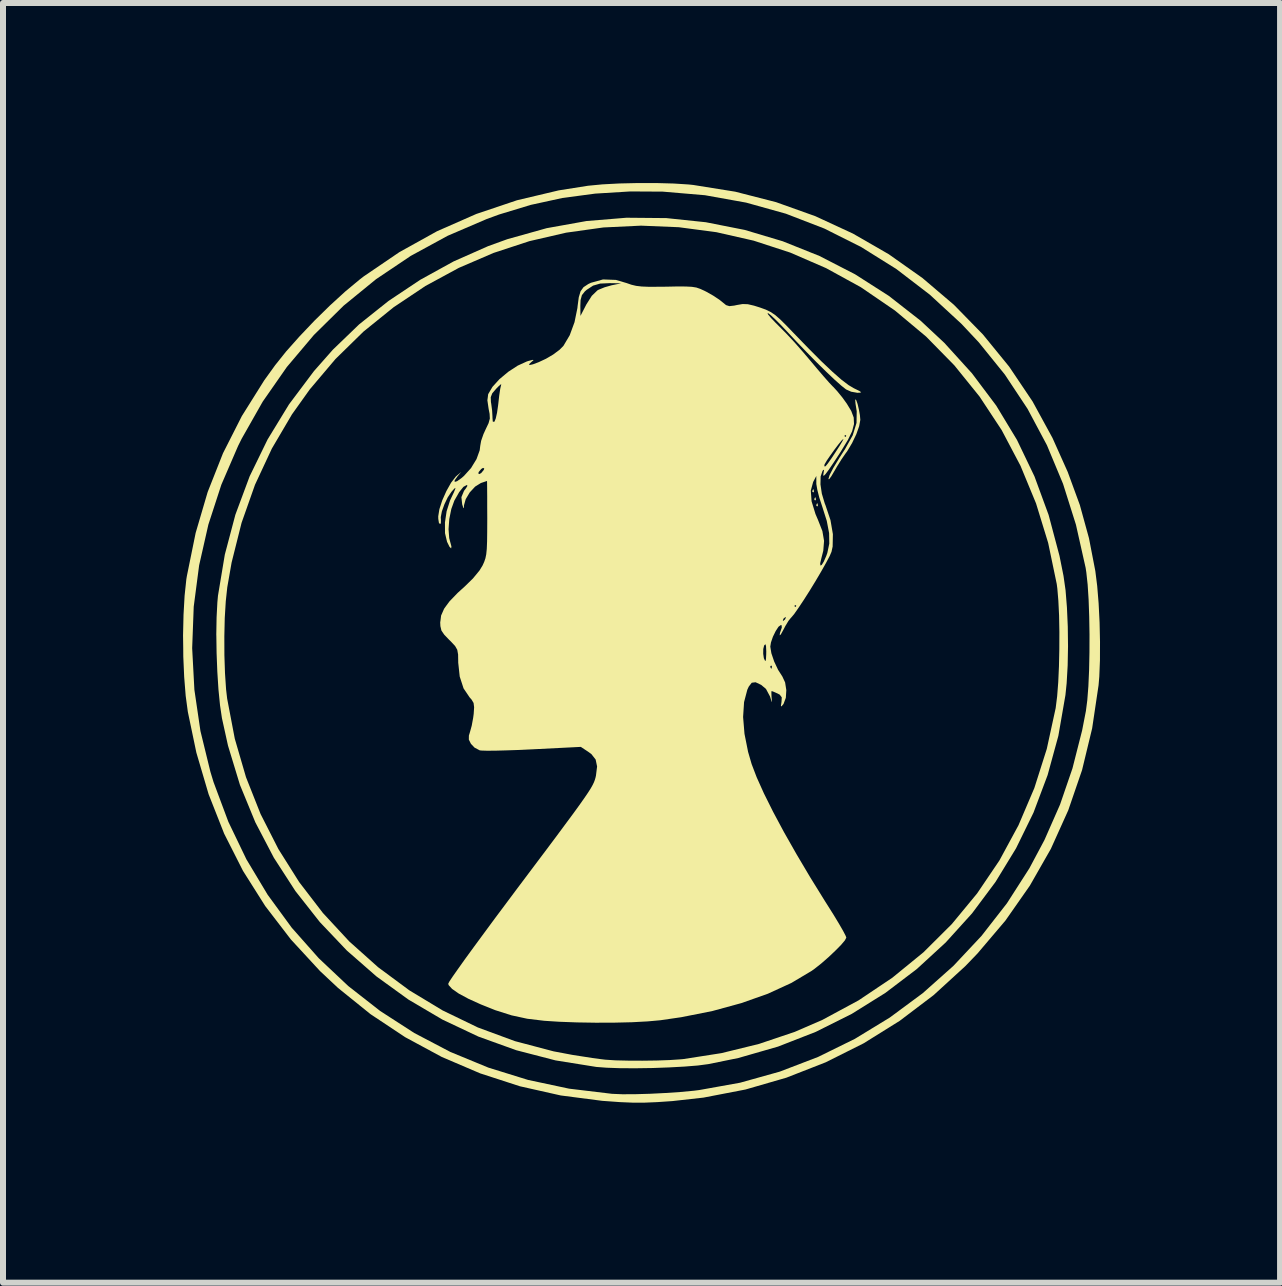
<source format=kicad_pcb>
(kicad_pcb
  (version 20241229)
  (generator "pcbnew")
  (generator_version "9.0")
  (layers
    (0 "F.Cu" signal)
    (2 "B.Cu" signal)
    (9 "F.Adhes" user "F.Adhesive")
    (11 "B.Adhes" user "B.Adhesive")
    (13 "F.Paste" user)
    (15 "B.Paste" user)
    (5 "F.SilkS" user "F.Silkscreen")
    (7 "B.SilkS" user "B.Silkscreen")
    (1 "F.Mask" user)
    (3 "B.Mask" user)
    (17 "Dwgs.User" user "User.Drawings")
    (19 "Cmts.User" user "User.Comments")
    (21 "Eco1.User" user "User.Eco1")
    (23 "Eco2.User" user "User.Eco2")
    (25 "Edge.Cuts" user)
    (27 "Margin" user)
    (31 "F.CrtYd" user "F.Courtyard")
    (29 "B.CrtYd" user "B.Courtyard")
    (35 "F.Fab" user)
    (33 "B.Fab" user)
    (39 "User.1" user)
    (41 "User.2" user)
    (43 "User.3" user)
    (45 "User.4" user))
  (footprint "bt"
    (layer "F.Cu")
    (at 7.652 7.664)
    (property "Reference" "bt" (at 0 0 0) (layer "F.SilkS") (effects (font (size 1.5 1.5) (thickness 0.3))))
    (attr board_only exclude_from_pos_files exclude_from_bom)
    (fp_poly (pts (xy 2.856 -2.556) (xy 2.86 -2.516) (xy 2.856 -2.511) (xy 2.836 -2.516) (xy 2.833 -2.533) (xy 2.846 -2.561)) (stroke (width 0) (type solid)) (fill yes) (layer "F.SilkS"))
    (fp_poly (pts (xy 2.889 -2.422) (xy 2.893 -2.383) (xy 2.889 -2.378) (xy 2.869 -2.382) (xy 2.867 -2.4) (xy 2.879 -2.427)) (stroke (width 0) (type solid)) (fill yes) (layer "F.SilkS"))
    (fp_poly (pts (xy 2.922 -2.322) (xy 2.926 -2.283) (xy 2.922 -2.278) (xy 2.902 -2.282) (xy 2.9 -2.3) (xy 2.912 -2.327)) (stroke (width 0) (type solid)) (fill yes) (layer "F.SilkS"))
    (fp_poly (pts (xy 3.566 -4.044) (xy 3.588 -3.981) (xy 3.609 -3.892) (xy 3.626 -3.799) (xy 3.633 -3.72) (xy 3.633 -3.717) (xy 3.614 -3.613) (xy 3.566 -3.478) (xy 3.496 -3.332) (xy 3.415 -3.196) (xy 3.384 -3.154) (xy 3.32 -3.061) (xy 3.245 -2.941) (xy 3.2 -2.863) (xy 3.15 -2.778) (xy 3.114 -2.73) (xy 3.101 -2.73) (xy 3.121 -2.798) (xy 3.183 -2.917) (xy 3.285 -3.086) (xy 3.381 -3.235) (xy 3.506 -3.46) (xy 3.57 -3.667) (xy 3.573 -3.862) (xy 3.568 -3.893) (xy 3.553 -3.987) (xy 3.548 -4.049) (xy 3.55 -4.061)) (stroke (width 0) (type solid)) (fill yes) (layer "F.SilkS"))
    (fp_poly (pts (xy 0.401 -7.08) (xy 1.059 -7.011) (xy 1.707 -6.883) (xy 2.34 -6.694) (xy 2.954 -6.448) (xy 3.545 -6.144) (xy 4.108 -5.784) (xy 4.639 -5.369) (xy 5.033 -5.001) (xy 5.494 -4.493) (xy 5.898 -3.955) (xy 6.244 -3.383) (xy 6.535 -2.776) (xy 6.771 -2.133) (xy 6.952 -1.452) (xy 7.019 -1.117) (xy 7.053 -0.878) (xy 7.076 -0.591) (xy 7.09 -0.274) (xy 7.094 0.054) (xy 7.088 0.375) (xy 7.071 0.671) (xy 7.051 0.867) (xy 6.933 1.547) (xy 6.754 2.201) (xy 6.519 2.826) (xy 6.228 3.421) (xy 5.886 3.981) (xy 5.495 4.505) (xy 5.056 4.99) (xy 4.574 5.433) (xy 4.051 5.83) (xy 3.49 6.18) (xy 2.892 6.479) (xy 2.262 6.725) (xy 1.601 6.915) (xy 1.1 7.017) (xy 0.926 7.04) (xy 0.702 7.058) (xy 0.444 7.072) (xy 0.17 7.082) (xy -0.105 7.086) (xy -0.364 7.085) (xy -0.591 7.077) (xy -0.765 7.064) (xy -1.445 6.955) (xy -2.101 6.785) (xy -2.731 6.558) (xy -3.33 6.275) (xy -3.897 5.941) (xy -4.429 5.556) (xy -4.922 5.125) (xy -5.373 4.65) (xy -5.78 4.133) (xy -6.139 3.578) (xy -6.448 2.987) (xy -6.704 2.364) (xy -6.903 1.71) (xy -7.004 1.252) (xy -7.036 1.037) (xy -7.062 0.773) (xy -7.081 0.476) (xy -7.093 0.166) (xy -7.097 -0.111) (xy -6.964 -0.111) (xy -6.963 0.203) (xy -6.953 0.503) (xy -6.935 0.772) (xy -6.917 0.927) (xy -6.79 1.594) (xy -6.603 2.236) (xy -6.36 2.85) (xy -6.063 3.434) (xy -5.716 3.985) (xy -5.322 4.498) (xy -4.883 4.972) (xy -4.402 5.402) (xy -3.882 5.787) (xy -3.327 6.122) (xy -2.74 6.406) (xy -2.122 6.634) (xy -1.478 6.804) (xy -1.165 6.863) (xy -0.992 6.89) (xy -0.831 6.915) (xy -0.699 6.933) (xy -0.617 6.943) (xy -0.448 6.954) (xy -0.235 6.959) (xy 0.001 6.96) (xy 0.239 6.957) (xy 0.459 6.949) (xy 0.64 6.937) (xy 0.683 6.933) (xy 1.318 6.834) (xy 1.943 6.681) (xy 2.542 6.479) (xy 2.999 6.281) (xy 3.605 5.954) (xy 4.167 5.577) (xy 4.686 5.153) (xy 5.157 4.684) (xy 5.579 4.173) (xy 5.951 3.623) (xy 6.269 3.036) (xy 6.533 2.416) (xy 6.74 1.765) (xy 6.888 1.085) (xy 6.89 1.07) (xy 6.913 0.886) (xy 6.931 0.653) (xy 6.943 0.387) (xy 6.949 0.103) (xy 6.95 -0.184) (xy 6.945 -0.458) (xy 6.933 -0.704) (xy 6.916 -0.907) (xy 6.906 -0.983) (xy 6.763 -1.668) (xy 6.561 -2.326) (xy 6.302 -2.953) (xy 5.988 -3.548) (xy 5.62 -4.106) (xy 5.2 -4.626) (xy 4.73 -5.105) (xy 4.211 -5.539) (xy 4.198 -5.548) (xy 3.642 -5.928) (xy 3.063 -6.246) (xy 2.466 -6.505) (xy 1.856 -6.704) (xy 1.235 -6.845) (xy 0.608 -6.928) (xy -0.021 -6.954) (xy -0.648 -6.924) (xy -1.269 -6.837) (xy -1.88 -6.696) (xy -2.477 -6.5) (xy -3.056 -6.251) (xy -3.613 -5.949) (xy -4.144 -5.594) (xy -4.645 -5.189) (xy -5.112 -4.732) (xy -5.541 -4.225) (xy -5.838 -3.808) (xy -6.172 -3.24) (xy -6.453 -2.637) (xy -6.677 -2.002) (xy -6.843 -1.34) (xy -6.915 -0.929) (xy -6.94 -0.696) (xy -6.957 -0.417) (xy -6.964 -0.111) (xy -7.097 -0.111) (xy -7.098 -0.142) (xy -7.093 -0.429) (xy -7.08 -0.678) (xy -7.07 -0.788) (xy -6.956 -1.473) (xy -6.78 -2.138) (xy -6.542 -2.778) (xy -6.243 -3.392) (xy -5.886 -3.977) (xy -5.471 -4.53) (xy -5.155 -4.888) (xy -4.718 -5.309) (xy -4.229 -5.699) (xy -3.701 -6.051) (xy -3.144 -6.358) (xy -2.57 -6.612) (xy -2.25 -6.728) (xy -1.593 -6.912) (xy -0.93 -7.031) (xy -0.264 -7.086)) (stroke (width 0) (type solid)) (fill yes) (layer "F.SilkS"))
    (fp_poly (pts (xy 0.233 -7.664) (xy 0.524 -7.656) (xy 0.775 -7.64) (xy 0.85 -7.632) (xy 1.549 -7.52) (xy 2.228 -7.346) (xy 2.883 -7.112) (xy 3.51 -6.822) (xy 4.107 -6.478) (xy 4.669 -6.081) (xy 5.193 -5.635) (xy 5.675 -5.142) (xy 6.113 -4.605) (xy 6.503 -4.025) (xy 6.835 -3.417) (xy 7.089 -2.85) (xy 7.291 -2.299) (xy 7.443 -1.747) (xy 7.549 -1.199) (xy 7.58 -0.951) (xy 7.604 -0.659) (xy 7.62 -0.341) (xy 7.627 -0.019) (xy 7.626 0.289) (xy 7.615 0.562) (xy 7.603 0.703) (xy 7.496 1.422) (xy 7.328 2.117) (xy 7.098 2.787) (xy 6.808 3.43) (xy 6.458 4.043) (xy 6.051 4.625) (xy 5.585 5.174) (xy 5.383 5.384) (xy 4.855 5.867) (xy 4.289 6.296) (xy 3.689 6.67) (xy 3.058 6.986) (xy 2.401 7.243) (xy 1.72 7.44) (xy 1.02 7.575) (xy 0.5 7.633) (xy 0.25 7.65) (xy 0.038 7.659) (xy -0.161 7.659) (xy -0.373 7.65) (xy -0.622 7.632) (xy -0.666 7.629) (xy -1.359 7.539) (xy -2.039 7.386) (xy -2.701 7.171) (xy -3.34 6.898) (xy -3.951 6.568) (xy -4.529 6.184) (xy -5.069 5.748) (xy -5.369 5.467) (xy -5.855 4.94) (xy -6.282 4.384) (xy -6.653 3.797) (xy -6.967 3.177) (xy -7.226 2.52) (xy -7.43 1.827) (xy -7.572 1.148) (xy -7.608 0.88) (xy -7.633 0.566) (xy -7.648 0.225) (xy -7.649 0.086) (xy -7.5 0.086) (xy -7.463 0.779) (xy -7.362 1.467) (xy -7.196 2.146) (xy -7.144 2.317) (xy -6.897 2.979) (xy -6.596 3.605) (xy -6.242 4.195) (xy -5.84 4.745) (xy -5.391 5.252) (xy -4.9 5.715) (xy -4.368 6.131) (xy -3.8 6.498) (xy -3.198 6.814) (xy -2.565 7.075) (xy -1.904 7.28) (xy -1.219 7.426) (xy -0.511 7.511) (xy -0.5 7.512) (xy -0.331 7.519) (xy -0.115 7.518) (xy 0.131 7.511) (xy 0.388 7.498) (xy 0.638 7.481) (xy 0.862 7.46) (xy 0.949 7.449) (xy 1.629 7.327) (xy 2.291 7.142) (xy 2.93 6.897) (xy 3.542 6.596) (xy 4.124 6.241) (xy 4.673 5.835) (xy 5.183 5.381) (xy 5.652 4.881) (xy 6.076 4.337) (xy 6.45 3.754) (xy 6.701 3.283) (xy 6.961 2.692) (xy 7.168 2.089) (xy 7.329 1.457) (xy 7.392 1.133) (xy 7.415 0.954) (xy 7.433 0.723) (xy 7.445 0.453) (xy 7.451 0.16) (xy 7.452 -0.143) (xy 7.447 -0.442) (xy 7.437 -0.724) (xy 7.421 -0.973) (xy 7.399 -1.176) (xy 7.388 -1.25) (xy 7.226 -1.971) (xy 7.011 -2.652) (xy 6.743 -3.295) (xy 6.42 -3.901) (xy 6.041 -4.473) (xy 5.606 -5.011) (xy 5.317 -5.319) (xy 4.791 -5.804) (xy 4.234 -6.231) (xy 3.647 -6.598) (xy 3.033 -6.906) (xy 2.393 -7.153) (xy 1.73 -7.338) (xy 1.045 -7.461) (xy 0.341 -7.521) (xy -0.2 -7.524) (xy -0.784 -7.488) (xy -1.331 -7.415) (xy -1.858 -7.3) (xy -2.385 -7.14) (xy -2.593 -7.064) (xy -3.243 -6.785) (xy -3.858 -6.45) (xy -4.437 -6.061) (xy -4.976 -5.621) (xy -5.472 -5.132) (xy -5.923 -4.598) (xy -6.325 -4.021) (xy -6.676 -3.402) (xy -6.735 -3.283) (xy -7.014 -2.637) (xy -7.23 -1.973) (xy -7.384 -1.294) (xy -7.474 -0.606) (xy -7.5 0.086) (xy -7.649 0.086) (xy -7.652 -0.127) (xy -7.644 -0.471) (xy -7.626 -0.789) (xy -7.597 -1.063) (xy -7.588 -1.117) (xy -7.442 -1.834) (xy -7.242 -2.515) (xy -6.986 -3.163) (xy -6.672 -3.782) (xy -6.299 -4.377) (xy -6.118 -4.628) (xy -5.935 -4.857) (xy -5.711 -5.109) (xy -5.463 -5.37) (xy -5.204 -5.624) (xy -4.949 -5.857) (xy -4.712 -6.054) (xy -4.641 -6.109) (xy -4.047 -6.513) (xy -3.42 -6.861) (xy -2.765 -7.149) (xy -2.088 -7.377) (xy -1.392 -7.542) (xy -0.904 -7.619) (xy -0.664 -7.642) (xy -0.381 -7.657) (xy -0.075 -7.664)) (stroke (width 0) (type solid)) (fill yes) (layer "F.SilkS"))
    (fp_poly (pts (xy -0.44 -6.05) (xy -0.26 -5.997) (xy -0.182 -5.97) (xy -0.103 -5.951) (xy -0.01 -5.94) (xy 0.113 -5.935) (xy 0.28 -5.936) (xy 0.399 -5.937) (xy 0.589 -5.941) (xy 0.727 -5.94) (xy 0.826 -5.935) (xy 0.901 -5.923) (xy 0.965 -5.901) (xy 1.033 -5.87) (xy 1.067 -5.853) (xy 1.182 -5.788) (xy 1.286 -5.719) (xy 1.337 -5.678) (xy 1.396 -5.63) (xy 1.451 -5.613) (xy 1.532 -5.622) (xy 1.578 -5.632) (xy 1.672 -5.648) (xy 1.759 -5.645) (xy 1.862 -5.621) (xy 1.961 -5.59) (xy 2.058 -5.555) (xy 2.138 -5.516) (xy 2.213 -5.466) (xy 2.298 -5.392) (xy 2.404 -5.287) (xy 2.503 -5.184) (xy 2.764 -4.915) (xy 2.984 -4.694) (xy 3.169 -4.519) (xy 3.319 -4.387) (xy 3.439 -4.296) (xy 3.527 -4.244) (xy 3.615 -4.201) (xy 3.647 -4.179) (xy 3.63 -4.171) (xy 3.583 -4.169) (xy 3.481 -4.187) (xy 3.396 -4.225) (xy 3.32 -4.285) (xy 3.207 -4.385) (xy 3.067 -4.518) (xy 2.907 -4.675) (xy 2.738 -4.847) (xy 2.566 -5.026) (xy 2.439 -5.162) (xy 2.323 -5.285) (xy 2.221 -5.388) (xy 2.142 -5.462) (xy 2.095 -5.497) (xy 2.089 -5.499) (xy 2.094 -5.478) (xy 2.14 -5.421) (xy 2.219 -5.338) (xy 2.283 -5.274) (xy 2.399 -5.157) (xy 2.538 -5.008) (xy 2.681 -4.845) (xy 2.804 -4.7) (xy 2.919 -4.563) (xy 3.027 -4.437) (xy 3.116 -4.336) (xy 3.177 -4.272) (xy 3.183 -4.267) (xy 3.249 -4.195) (xy 3.333 -4.092) (xy 3.408 -3.988) (xy 3.482 -3.866) (xy 3.523 -3.757) (xy 3.528 -3.649) (xy 3.497 -3.529) (xy 3.427 -3.385) (xy 3.316 -3.203) (xy 3.298 -3.174) (xy 3.187 -3.004) (xy 3.107 -2.886) (xy 3.054 -2.815) (xy 3.025 -2.786) (xy 3.015 -2.794) (xy 3.021 -2.835) (xy 3.021 -2.836) (xy 3.029 -2.887) (xy 3.014 -2.881) (xy 3.003 -2.867) (xy 2.972 -2.776) (xy 2.969 -2.643) (xy 2.992 -2.488) (xy 3.04 -2.327) (xy 3.054 -2.292) (xy 3.136 -2.047) (xy 3.176 -1.814) (xy 3.172 -1.607) (xy 3.153 -1.52) (xy 3.122 -1.448) (xy 3.062 -1.335) (xy 2.982 -1.193) (xy 2.889 -1.035) (xy 2.79 -0.873) (xy 2.692 -0.719) (xy 2.602 -0.584) (xy 2.53 -0.481) (xy 2.48 -0.422) (xy 2.474 -0.416) (xy 2.436 -0.369) (xy 2.384 -0.283) (xy 2.349 -0.216) (xy 2.308 -0.142) (xy 2.289 -0.128) (xy 2.295 -0.17) (xy 2.325 -0.258) (xy 2.321 -0.296) (xy 2.31 -0.3) (xy 2.27 -0.271) (xy 2.223 -0.199) (xy 2.177 -0.105) (xy 2.144 -0.009) (xy 2.133 0.06) (xy 2.151 0.171) (xy 2.198 0.309) (xy 2.263 0.447) (xy 2.334 0.558) (xy 2.38 0.657) (xy 2.4 0.785) (xy 2.392 0.913) (xy 2.355 1.012) (xy 2.351 1.019) (xy 2.318 1.058) (xy 2.31 1.045) (xy 2.32 0.982) (xy 2.324 0.905) (xy 2.289 0.86) (xy 2.251 0.84) (xy 2.185 0.811) (xy 2.154 0.8) (xy 2.151 0.829) (xy 2.154 0.9) (xy 2.155 0.908) (xy 2.16 0.974) (xy 2.156 0.982) (xy 2.14 0.928) (xy 2.129 0.892) (xy 2.061 0.765) (xy 1.981 0.698) (xy 1.888 0.654) (xy 1.824 0.662) (xy 1.774 0.727) (xy 1.75 0.779) (xy 1.696 0.985) (xy 1.68 1.233) (xy 1.703 1.513) (xy 1.763 1.814) (xy 1.822 2.017) (xy 1.906 2.237) (xy 2.026 2.504) (xy 2.179 2.811) (xy 2.361 3.151) (xy 2.57 3.519) (xy 2.8 3.907) (xy 3.049 4.309) (xy 3.089 4.372) (xy 3.191 4.534) (xy 3.279 4.68) (xy 3.347 4.798) (xy 3.389 4.879) (xy 3.4 4.909) (xy 3.376 4.955) (xy 3.311 5.032) (xy 3.216 5.128) (xy 3.104 5.234) (xy 2.985 5.338) (xy 2.87 5.429) (xy 2.821 5.464) (xy 2.485 5.664) (xy 2.093 5.844) (xy 1.652 6) (xy 1.169 6.132) (xy 0.651 6.235) (xy 0.301 6.286) (xy 0.09 6.305) (xy -0.171 6.319) (xy -0.465 6.326) (xy -0.777 6.327) (xy -1.089 6.322) (xy -1.386 6.311) (xy -1.633 6.295) (xy -1.916 6.261) (xy -2.179 6.204) (xy -2.45 6.118) (xy -2.69 6.022) (xy -2.895 5.929) (xy -3.057 5.842) (xy -3.169 5.764) (xy -3.227 5.7) (xy -3.233 5.677) (xy -3.214 5.64) (xy -3.158 5.556) (xy -3.068 5.428) (xy -2.95 5.262) (xy -2.805 5.063) (xy -2.638 4.836) (xy -2.453 4.585) (xy -2.252 4.316) (xy -2.105 4.119) (xy -1.846 3.774) (xy -1.624 3.479) (xy -1.436 3.228) (xy -1.28 3.017) (xy -1.151 2.843) (xy -1.048 2.701) (xy -0.967 2.586) (xy -0.905 2.495) (xy -0.859 2.423) (xy -0.827 2.366) (xy -0.805 2.32) (xy -0.79 2.28) (xy -0.779 2.242) (xy -0.772 2.211) (xy -0.753 2.057) (xy -0.777 1.942) (xy -0.848 1.851) (xy -0.9 1.813) (xy -1.024 1.731) (xy -1.82 1.771) (xy -2.049 1.782) (xy -2.26 1.789) (xy -2.442 1.794) (xy -2.586 1.795) (xy -2.679 1.792) (xy -2.708 1.789) (xy -2.794 1.744) (xy -2.855 1.68) (xy -2.89 1.61) (xy -2.889 1.542) (xy -2.87 1.48) (xy -2.842 1.378) (xy -2.818 1.248) (xy -2.809 1.181) (xy -2.802 1.07) (xy -2.811 0.999) (xy -2.845 0.942) (xy -2.877 0.906) (xy -2.978 0.756) (xy -3.042 0.559) (xy -3.059 0.4) (xy 2.133 0.4) (xy 2.146 0.427) (xy 2.156 0.422) (xy 2.16 0.383) (xy 2.156 0.378) (xy 2.136 0.382) (xy 2.133 0.4) (xy -3.059 0.4) (xy -3.067 0.327) (xy -3.067 0.31) (xy -3.069 0.191) (xy -3.071 0.18) (xy 2.015 0.18) (xy 2.026 0.254) (xy 2.046 0.297) (xy 2.053 0.3) (xy 2.061 0.27) (xy 2.065 0.194) (xy 2.066 0.142) (xy 2.062 0.051) (xy 2.052 0.02) (xy 2.032 0.039) (xy 2.03 0.043) (xy 2.016 0.1) (xy 2.015 0.18) (xy -3.071 0.18) (xy -3.083 0.113) (xy -3.119 0.05) (xy -3.188 -0.024) (xy -3.217 -0.052) (xy -3.301 -0.14) (xy -3.347 -0.208) (xy -3.364 -0.281) (xy -3.367 -0.344) (xy -3.363 -0.369) (xy 2.342 -0.369) (xy 2.346 -0.367) (xy 2.376 -0.39) (xy 2.383 -0.4) (xy 2.392 -0.431) (xy 2.387 -0.433) (xy 2.357 -0.41) (xy 2.35 -0.4) (xy 2.342 -0.369) (xy -3.363 -0.369) (xy -3.352 -0.458) (xy -3.302 -0.571) (xy -3.269 -0.617) (xy 2.533 -0.617) (xy 2.55 -0.6) (xy 2.567 -0.617) (xy 2.55 -0.633) (xy 2.533 -0.617) (xy -3.269 -0.617) (xy -3.212 -0.694) (xy -3.075 -0.836) (xy -2.958 -0.942) (xy -2.822 -1.075) (xy -2.713 -1.207) (xy -2.661 -1.292) (xy -2.634 -1.352) (xy -2.614 -1.41) (xy -2.6 -1.478) (xy -2.591 -1.568) (xy -2.586 -1.691) (xy -2.584 -1.859) (xy -2.583 -2.075) (xy -2.584 -2.271) (xy -2.584 -2.442) (xy -2.585 -2.54) (xy 2.808 -2.54) (xy 2.821 -2.361) (xy 2.886 -2.149) (xy 2.928 -2.051) (xy 3.001 -1.865) (xy 3.029 -1.702) (xy 3.016 -1.537) (xy 2.986 -1.42) (xy 2.964 -1.328) (xy 2.968 -1.29) (xy 2.99 -1.301) (xy 3.024 -1.356) (xy 3.065 -1.449) (xy 3.083 -1.499) (xy 3.116 -1.656) (xy 3.113 -1.831) (xy 3.074 -2.035) (xy 2.996 -2.281) (xy 2.996 -2.281) (xy 2.95 -2.421) (xy 2.917 -2.551) (xy 2.9 -2.65) (xy 2.9 -2.665) (xy 2.9 -2.783) (xy 2.847 -2.683) (xy 2.808 -2.54) (xy -2.585 -2.54) (xy -2.585 -2.577) (xy -2.586 -2.666) (xy -2.587 -2.7) (xy -2.587 -2.7) (xy -2.617 -2.69) (xy -2.685 -2.667) (xy -2.692 -2.664) (xy -2.785 -2.606) (xy -2.875 -2.509) (xy -2.942 -2.397) (xy -2.97 -2.298) (xy -2.973 -2.246) (xy -2.982 -2.253) (xy -3.001 -2.311) (xy -3.014 -2.43) (xy -2.97 -2.536) (xy -2.94 -2.575) (xy -2.913 -2.619) (xy -2.923 -2.633) (xy -2.98 -2.602) (xy -3.051 -2.514) (xy -3.13 -2.375) (xy -3.131 -2.374) (xy -3.182 -2.233) (xy -3.216 -2.065) (xy -3.228 -1.895) (xy -3.217 -1.748) (xy -3.204 -1.698) (xy -3.18 -1.608) (xy -3.185 -1.576) (xy -3.212 -1.603) (xy -3.253 -1.686) (xy -3.287 -1.83) (xy -3.288 -2.008) (xy -3.26 -2.196) (xy -3.204 -2.372) (xy -3.192 -2.399) (xy -3.138 -2.513) (xy -3.114 -2.573) (xy -3.118 -2.585) (xy -3.15 -2.553) (xy -3.181 -2.517) (xy -3.242 -2.426) (xy -3.297 -2.311) (xy -3.339 -2.194) (xy -3.358 -2.096) (xy -3.355 -2.05) (xy -3.356 -1.997) (xy -3.368 -1.982) (xy -3.388 -1.999) (xy -3.399 -2.068) (xy -3.4 -2.11) (xy -3.381 -2.229) (xy -3.333 -2.377) (xy -3.264 -2.532) (xy -3.186 -2.671) (xy -3.108 -2.772) (xy -3.092 -2.786) (xy -3.017 -2.85) (xy -3.08 -2.775) (xy -3.126 -2.71) (xy -3.126 -2.684) (xy -3.086 -2.696) (xy -3.015 -2.746) (xy -2.972 -2.783) (xy -2.934 -2.825) (xy -2.733 -2.825) (xy -2.713 -2.815) (xy -2.683 -2.833) (xy -2.641 -2.884) (xy -2.633 -2.908) (xy -2.653 -2.918) (xy -2.683 -2.9) (xy -2.725 -2.85) (xy -2.733 -2.825) (xy -2.934 -2.825) (xy -2.853 -2.915) (xy -2.824 -2.963) (xy 3.033 -2.963) (xy 3.038 -2.94) (xy 3.055 -2.946) (xy 3.091 -2.99) (xy 3.153 -3.078) (xy 3.212 -3.167) (xy 3.28 -3.272) (xy 3.329 -3.353) (xy 3.351 -3.396) (xy 3.35 -3.4) (xy 3.322 -3.375) (xy 3.269 -3.31) (xy 3.203 -3.223) (xy 3.135 -3.128) (xy 3.076 -3.042) (xy 3.04 -2.981) (xy 3.033 -2.963) (xy -2.824 -2.963) (xy -2.762 -3.064) (xy -2.709 -3.211) (xy -2.7 -3.285) (xy -2.685 -3.369) (xy -2.657 -3.45) (xy 3.367 -3.45) (xy 3.383 -3.433) (xy 3.4 -3.45) (xy 3.383 -3.467) (xy 3.367 -3.45) (xy -2.657 -3.45) (xy -2.646 -3.481) (xy -2.611 -3.558) (xy -2.561 -3.663) (xy -2.54 -3.74) (xy -2.544 -3.818) (xy -2.56 -3.9) (xy -2.581 -4.044) (xy -2.574 -4.096) (xy -2.525 -4.096) (xy -2.522 -4.015) (xy -2.517 -3.987) (xy -2.502 -3.872) (xy -2.496 -3.767) (xy -2.496 -3.753) (xy -2.491 -3.689) (xy -2.469 -3.685) (xy -2.462 -3.691) (xy -2.442 -3.74) (xy -2.42 -3.837) (xy -2.402 -3.962) (xy -2.398 -3.997) (xy -2.383 -4.128) (xy -2.367 -4.235) (xy -2.352 -4.3) (xy -2.349 -4.308) (xy -2.356 -4.311) (xy -2.398 -4.274) (xy -2.434 -4.237) (xy -2.5 -4.16) (xy -2.525 -4.096) (xy -2.574 -4.096) (xy -2.568 -4.146) (xy -2.497 -4.267) (xy -2.38 -4.396) (xy -2.233 -4.519) (xy -2.075 -4.622) (xy -1.922 -4.692) (xy -1.895 -4.7) (xy -1.825 -4.718) (xy -1.811 -4.714) (xy -1.846 -4.684) (xy -1.848 -4.682) (xy -1.888 -4.644) (xy -1.876 -4.632) (xy -1.82 -4.644) (xy -1.727 -4.679) (xy -1.605 -4.736) (xy -1.605 -4.736) (xy -1.484 -4.807) (xy -1.376 -4.888) (xy -1.314 -4.951) (xy -1.209 -5.128) (xy -1.129 -5.346) (xy -1.081 -5.581) (xy -1.078 -5.611) (xy -1.077 -5.619) (xy -1.032 -5.619) (xy -1.03 -5.45) (xy -0.932 -5.641) (xy -0.841 -5.785) (xy -0.748 -5.875) (xy -0.731 -5.885) (xy -0.628 -5.927) (xy -0.509 -5.961) (xy -0.489 -5.965) (xy -0.35 -5.993) (xy -0.544 -5.996) (xy -0.701 -5.989) (xy -0.819 -5.955) (xy -0.926 -5.885) (xy -0.958 -5.857) (xy -1.006 -5.796) (xy -1.028 -5.715) (xy -1.032 -5.619) (xy -1.077 -5.619) (xy -1.058 -5.761) (xy -1.028 -5.861) (xy -0.979 -5.929) (xy -0.9 -5.981) (xy -0.856 -6.002) (xy -0.654 -6.058)) (stroke (width 0) (type solid)) (fill yes) (layer "F.SilkS")))
  (gr_rect
    (start -3 -3)
    (end 18.279 18.323)
    (stroke (width 0.1) (type default))
    (fill no)
    (layer "Edge.Cuts")))
</source>
